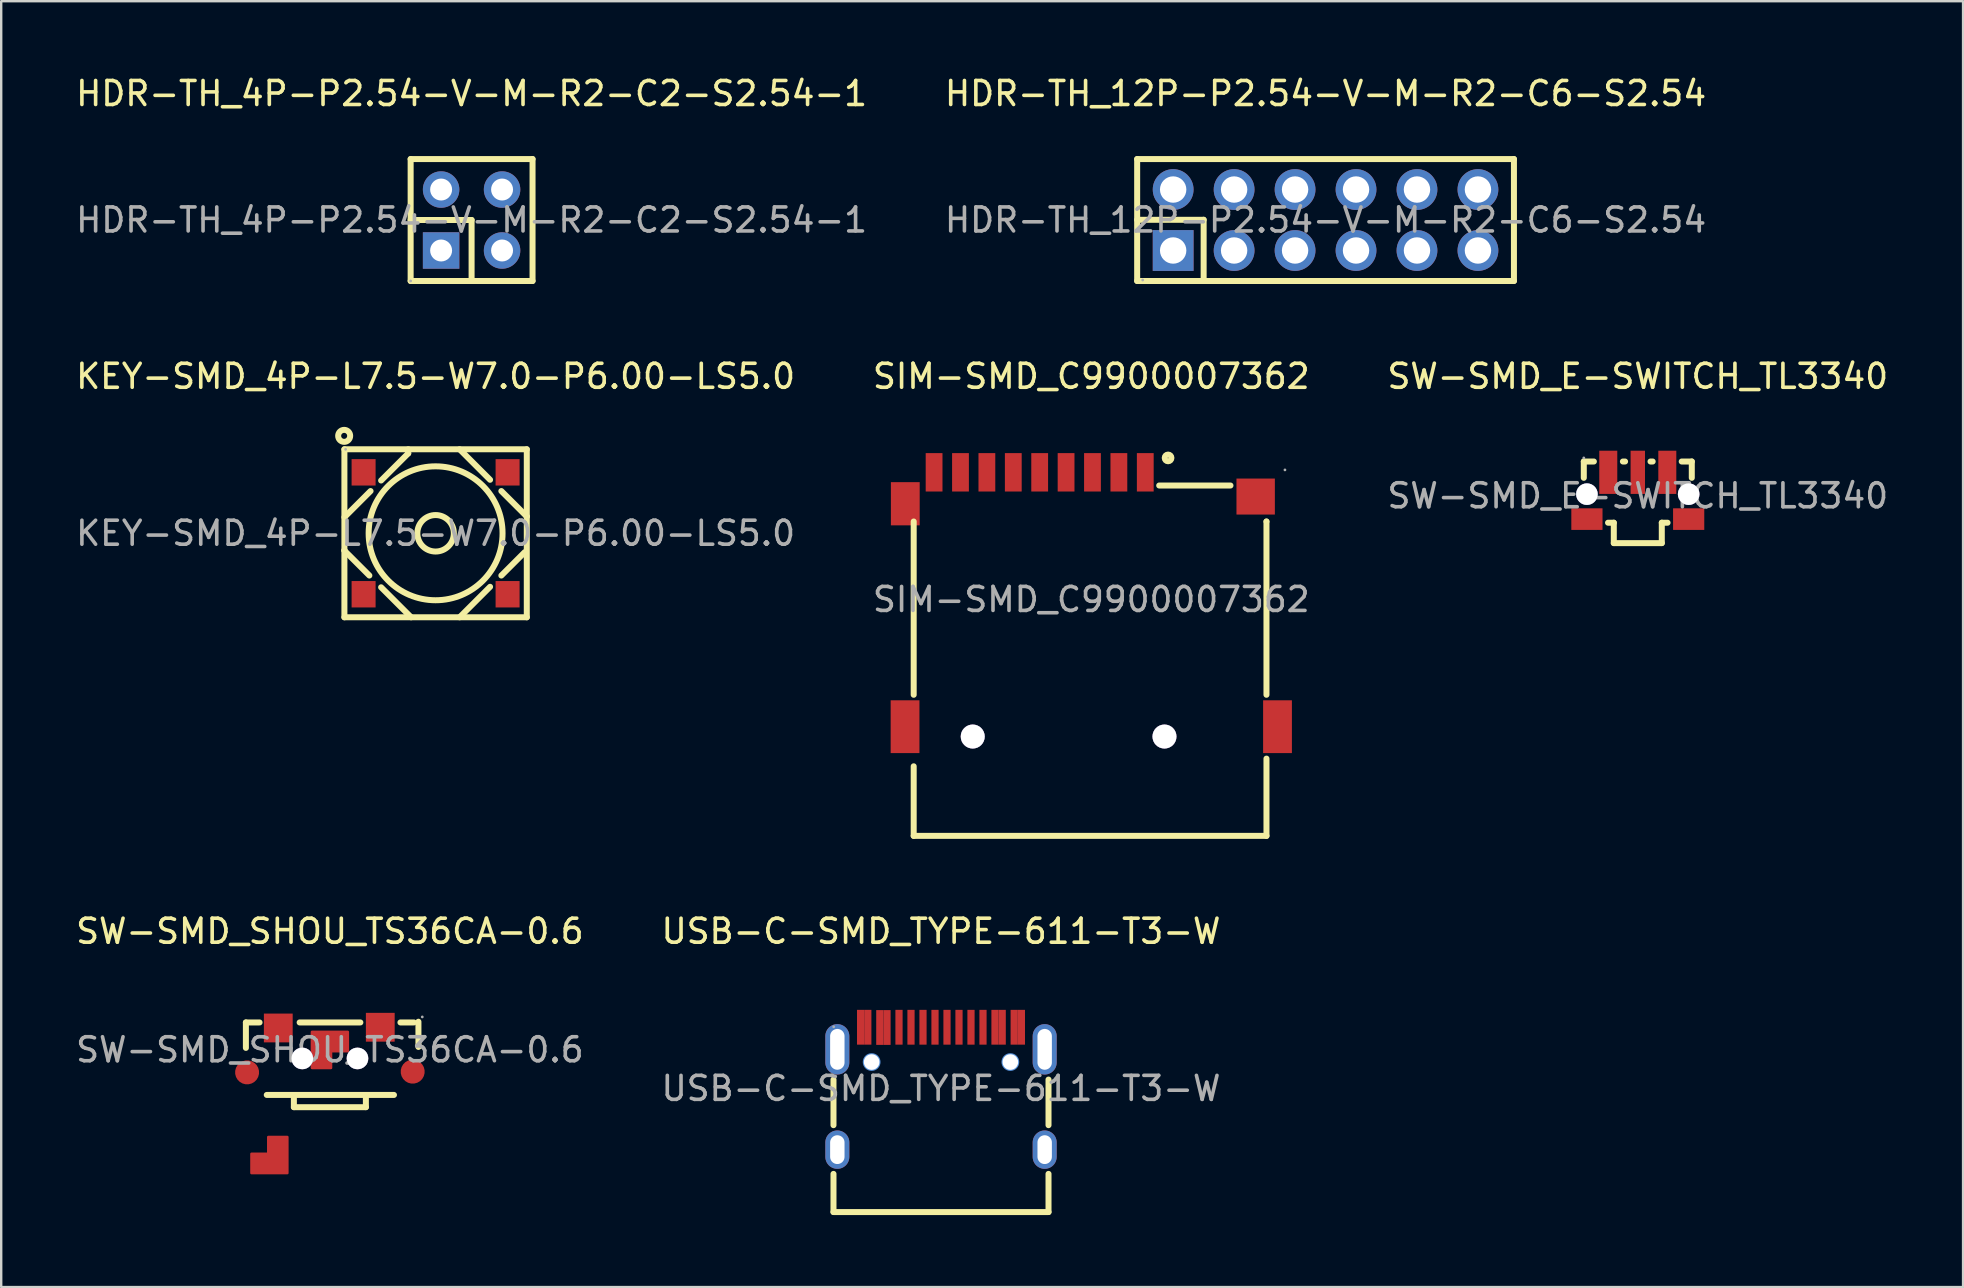
<source format=kicad_pcb>
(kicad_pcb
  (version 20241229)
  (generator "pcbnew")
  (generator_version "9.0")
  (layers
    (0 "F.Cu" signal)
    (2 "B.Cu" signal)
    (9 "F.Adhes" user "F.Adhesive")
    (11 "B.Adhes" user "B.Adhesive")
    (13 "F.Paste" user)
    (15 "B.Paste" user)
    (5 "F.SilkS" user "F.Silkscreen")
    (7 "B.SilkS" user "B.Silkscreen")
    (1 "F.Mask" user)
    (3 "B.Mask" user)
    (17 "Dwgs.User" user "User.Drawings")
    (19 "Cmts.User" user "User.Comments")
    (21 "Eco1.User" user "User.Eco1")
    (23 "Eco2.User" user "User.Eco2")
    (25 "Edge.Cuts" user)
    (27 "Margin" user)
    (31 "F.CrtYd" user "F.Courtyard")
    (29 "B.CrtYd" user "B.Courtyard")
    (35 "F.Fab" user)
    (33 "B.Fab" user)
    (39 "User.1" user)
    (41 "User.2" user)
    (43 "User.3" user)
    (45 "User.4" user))
  (footprint "KEY-SMD_4P-L7.5-W7.0-P6.00-LS5.0"
    (layer "F.Cu")
    (at 15.101 19.172)
    (property "Reference" "KEY-SMD_4P-L7.5-W7.0-P6.00-LS5.0" (at 0 -6.54 0) (layer "F.SilkS") (effects (font (size 1 1) (thickness 0.15))))
    (attr smd)
    (fp_line (start -3.8 -3.5) (end 3.8 -3.5) (stroke (width 0.25) (type solid)) (layer "F.SilkS"))
    (fp_line (start -3.8 0.7) (end -3.8 0.72) (stroke (width 0.25) (type solid)) (layer "F.SilkS"))
    (fp_line (start -3.8 0.72) (end -2.76 1.76) (stroke (width 0.25) (type solid)) (layer "F.SilkS"))
    (fp_line (start -3.8 3.5) (end -3.8 -3.5) (stroke (width 0.25) (type solid)) (layer "F.SilkS"))
    (fp_line (start -2.71 -1.76) (end -3.8 -0.67) (stroke (width 0.25) (type solid)) (layer "F.SilkS"))
    (fp_line (start -2.27 2.25) (end -1.02 3.5) (stroke (width 0.25) (type solid)) (layer "F.SilkS"))
    (fp_line (start -1.14 -3.5) (end -1.14 -3.33) (stroke (width 0.25) (type solid)) (layer "F.SilkS"))
    (fp_line (start -1.14 -3.33) (end -2.27 -2.2) (stroke (width 0.25) (type solid)) (layer "F.SilkS"))
    (fp_line (start 1 3.5) (end 2.27 2.23) (stroke (width 0.25) (type solid)) (layer "F.SilkS"))
    (fp_line (start 2.27 -2.23) (end 1 -3.5) (stroke (width 0.25) (type solid)) (layer "F.SilkS"))
    (fp_line (start 2.74 1.76) (end 3.71 0.79) (stroke (width 0.25) (type solid)) (layer "F.SilkS"))
    (fp_line (start 3.8 -3.5) (end 3.8 3.5) (stroke (width 0.25) (type solid)) (layer "F.SilkS"))
    (fp_line (start 3.8 -0.7) (end 2.74 -1.76) (stroke (width 0.25) (type solid)) (layer "F.SilkS"))
    (fp_line (start 3.8 -0.7) (end 3.8 -0.7) (stroke (width 0.25) (type solid)) (layer "F.SilkS"))
    (fp_line (start 3.8 3.5) (end -3.8 3.5) (stroke (width 0.25) (type solid)) (layer "F.SilkS"))
    (fp_circle (center -3.81 -4.06) (end -3.56 -4.06) (stroke (width 0.25) (type solid)) (fill no) (layer "F.SilkS"))
    (fp_circle (center 0 0) (end 0.76 0) (stroke (width 0.25) (type solid)) (fill no) (layer "F.SilkS"))
    (fp_circle (center 0 0) (end 2.79 0) (stroke (width 0.25) (type solid)) (fill no) (layer "F.SilkS"))
    (fp_circle (center -3.75 -3.5) (end -3.72 -3.5) (stroke (width 0.06) (type solid)) (fill no) (layer "F.Fab"))
    (fp_text user "${REFERENCE}" (at 0 0 0) (layer "F.Fab") (effects (font (size 1 1) (thickness 0.15))))
    (pad "1" smd rect (at -3 -2.54) (size 1 1.1) (layers "F.Cu" "F.Mask" "F.Paste"))
    (pad "2" smd rect (at -3 2.54) (size 1 1.1) (layers "F.Cu" "F.Mask" "F.Paste"))
    (pad "3" smd rect (at 3 -2.54) (size 1 1.1) (layers "F.Cu" "F.Mask" "F.Paste"))
    (pad "4" smd rect (at 3 2.54) (size 1 1.1) (layers "F.Cu" "F.Mask" "F.Paste")))
  (footprint "HDR-TH_4P-P2.54-V-M-R2-C2-S2.54-1"
    (layer "F.Cu")
    (at 16.601 6.118)
    (property "Reference" "HDR-TH_4P-P2.54-V-M-R2-C2-S2.54-1" (at 0 -5.27 0) (layer "F.SilkS") (effects (font (size 1 1) (thickness 0.15))))
    (attr through_hole)
    (fp_line (start -2.54 -2.54) (end 2.54 -2.54) (stroke (width 0.25) (type solid)) (layer "F.SilkS"))
    (fp_line (start -2.54 0) (end 0 0) (stroke (width 0.25) (type solid)) (layer "F.SilkS"))
    (fp_line (start -2.54 2.54) (end -2.54 -2.54) (stroke (width 0.25) (type solid)) (layer "F.SilkS"))
    (fp_line (start 0 0) (end 0 2.54) (stroke (width 0.25) (type solid)) (layer "F.SilkS"))
    (fp_line (start 2.54 -2.54) (end 2.54 2.54) (stroke (width 0.25) (type solid)) (layer "F.SilkS"))
    (fp_line (start 2.54 2.54) (end -2.54 2.54) (stroke (width 0.25) (type solid)) (layer "F.SilkS"))
    (fp_circle (center -2.54 2.54) (end -2.51 2.54) (stroke (width 0.06) (type solid)) (fill no) (layer "F.Fab"))
    (fp_text user "${REFERENCE}" (at 0 0 0) (layer "F.Fab") (effects (font (size 1 1) (thickness 0.15))))
    (pad "1" thru_hole rect (at -1.27 1.27) (size 1.52 1.52) (drill 0.914) (layers "*.Cu" "*.Mask"))
    (pad "2" thru_hole circle (at -1.27 -1.27) (size 1.52 1.52) (drill 0.914) (layers "*.Cu" "*.Mask"))
    (pad "3" thru_hole circle (at 1.27 1.27) (size 1.52 1.52) (drill 0.914) (layers "*.Cu" "*.Mask"))
    (pad "4" thru_hole circle (at 1.27 -1.27) (size 1.52 1.52) (drill 0.914) (layers "*.Cu" "*.Mask")))
  (footprint "SIM-SMD_C9900007362"
    (layer "F.Cu")
    (at 42.423 21.931)
    (property "Reference" "SIM-SMD_C9900007362" (at 0 -9.3 0) (layer "F.SilkS") (effects (font (size 1 1) (thickness 0.15))))
    (attr smd)
    (fp_line (start -7.4 3.97) (end -7.4 -3.25) (stroke (width 0.25) (type solid)) (layer "F.SilkS"))
    (fp_line (start -7.4 9.85) (end -7.4 6.95) (stroke (width 0.25) (type solid)) (layer "F.SilkS"))
    (fp_line (start 2.83 -4.75) (end 5.8 -4.75) (stroke (width 0.25) (type solid)) (layer "F.SilkS"))
    (fp_line (start 7.3 -3.25) (end 7.3 -3.25) (stroke (width 0.25) (type solid)) (layer "F.SilkS"))
    (fp_line (start 7.3 -3.25) (end 7.3 3.97) (stroke (width 0.25) (type solid)) (layer "F.SilkS"))
    (fp_line (start 7.3 6.63) (end 7.3 9.85) (stroke (width 0.25) (type solid)) (layer "F.SilkS"))
    (fp_line (start 7.3 9.85) (end -7.4 9.85) (stroke (width 0.25) (type solid)) (layer "F.SilkS"))
    (fp_circle (center 3.2 -5.9) (end 3.34 -5.9) (stroke (width 0.25) (type solid)) (fill no) (layer "F.SilkS"))
    (fp_circle (center -4.94 5.71) (end -4.74 5.71) (stroke (width 0.4) (type solid)) (fill no) (layer "Cmts.User"))
    (fp_circle (center 3.05 5.71) (end 3.25 5.71) (stroke (width 0.4) (type solid)) (fill no) (layer "Cmts.User"))
    (fp_circle (center 8.07 -5.4) (end 8.1 -5.4) (stroke (width 0.06) (type solid)) (fill no) (layer "F.Fab"))
    (fp_text user "${REFERENCE}" (at 0 0 0) (layer "F.Fab") (effects (font (size 1 1) (thickness 0.15))))
    (pad "" thru_hole circle (at -4.94 5.71) (size 1 1) (drill 1) (layers "*.Cu" "*.Mask"))
    (pad "" thru_hole circle (at 3.05 5.71) (size 1 1) (drill 1) (layers "*.Cu" "*.Mask"))
    (pad "1" smd rect (at 2.25 -5.3) (size 0.7 1.6) (layers "F.Cu" "F.Mask" "F.Paste"))
    (pad "2" smd rect (at 1.15 -5.3) (size 0.7 1.6) (layers "F.Cu" "F.Mask" "F.Paste"))
    (pad "3" smd rect (at 0.05 -5.3) (size 0.7 1.6) (layers "F.Cu" "F.Mask" "F.Paste"))
    (pad "4" smd rect (at -1.05 -5.3) (size 0.7 1.6) (layers "F.Cu" "F.Mask" "F.Paste"))
    (pad "5" smd rect (at -2.15 -5.3) (size 0.7 1.6) (layers "F.Cu" "F.Mask" "F.Paste"))
    (pad "6" smd rect (at -3.25 -5.3) (size 0.7 1.6) (layers "F.Cu" "F.Mask" "F.Paste"))
    (pad "7" smd rect (at -4.35 -5.3) (size 0.7 1.6) (layers "F.Cu" "F.Mask" "F.Paste"))
    (pad "8" smd rect (at -5.45 -5.3) (size 0.7 1.6) (layers "F.Cu" "F.Mask" "F.Paste"))
    (pad "CD" smd rect (at -6.55 -5.3) (size 0.7 1.6) (layers "F.Cu" "F.Mask" "F.Paste"))
    (pad "G" smd rect (at -7.76 5.3) (size 1.2 2.2) (layers "F.Cu" "F.Mask" "F.Paste"))
    (pad "G" smd rect (at -7.75 -3.99) (size 1.2 1.8) (layers "F.Cu" "F.Mask" "F.Paste"))
    (pad "G" smd rect (at 6.85 -4.29) (size 1.6 1.5) (layers "F.Cu" "F.Mask" "F.Paste"))
    (pad "G" smd rect (at 7.76 5.3) (size 1.2 2.2) (layers "F.Cu" "F.Mask" "F.Paste")))
  (footprint "SW-SMD_E-SWITCH_TL3340"
    (layer "F.Cu")
    (at 65.196 17.611)
    (property "Reference" "SW-SMD_E-SWITCH_TL3340" (at 0 -4.98 0) (layer "F.SilkS") (effects (font (size 1 1) (thickness 0.15))))
    (attr smd)
    (fp_line (start -2.25 -1.43) (end -2.25 -0.75) (stroke (width 0.25) (type solid)) (layer "F.SilkS"))
    (fp_line (start -2.25 -1.43) (end -1.83 -1.43) (stroke (width 0.25) (type solid)) (layer "F.SilkS"))
    (fp_line (start -1.24 1.12) (end -1 1.12) (stroke (width 0.25) (type solid)) (layer "F.SilkS"))
    (fp_line (start -1 1.12) (end -1 1.97) (stroke (width 0.25) (type solid)) (layer "F.SilkS"))
    (fp_line (start -1 1.97) (end 1 1.97) (stroke (width 0.25) (type solid)) (layer "F.SilkS"))
    (fp_line (start -0.62 -1.43) (end -0.53 -1.43) (stroke (width 0.25) (type solid)) (layer "F.SilkS"))
    (fp_line (start 0.53 -1.43) (end 0.62 -1.43) (stroke (width 0.25) (type solid)) (layer "F.SilkS"))
    (fp_line (start 1 1.12) (end 1.24 1.12) (stroke (width 0.25) (type solid)) (layer "F.SilkS"))
    (fp_line (start 1 1.97) (end 1 1.12) (stroke (width 0.25) (type solid)) (layer "F.SilkS"))
    (fp_line (start 1.83 -1.43) (end 2.25 -1.43) (stroke (width 0.25) (type solid)) (layer "F.SilkS"))
    (fp_line (start 2.25 -1.43) (end 2.25 -0.75) (stroke (width 0.25) (type solid)) (layer "F.SilkS"))
    (fp_circle (center -2.25 -1.58) (end -2.22 -1.58) (stroke (width 0.06) (type solid)) (fill no) (layer "F.Fab"))
    (fp_text user "${REFERENCE}" (at 0 0 0) (layer "F.Fab") (effects (font (size 1 1) (thickness 0.15))))
    (pad "" thru_hole circle (at -2.12 -0.07) (size 0.9 0.9) (drill 0.9) (layers "*.Cu" "*.Mask"))
    (pad "" thru_hole circle (at 2.12 -0.07) (size 0.9 0.9) (drill 0.9) (layers "*.Cu" "*.Mask"))
    (pad "1" smd rect (at -1.23 -0.98) (size 0.75 1.8) (layers "F.Cu" "F.Mask" "F.Paste"))
    (pad "2" smd rect (at 0 -0.98) (size 0.6 1.8) (layers "F.Cu" "F.Mask" "F.Paste"))
    (pad "3" smd rect (at 1.23 -0.98) (size 0.75 1.8) (layers "F.Cu" "F.Mask" "F.Paste"))
    (pad "4" smd rect (at 2.12 0.97 90) (size 0.9 1.3) (layers "F.Cu" "F.Mask" "F.Paste"))
    (pad "5" smd rect (at -2.12 0.97 90) (size 0.9 1.3) (layers "F.Cu" "F.Mask" "F.Paste")))
  (footprint "HDR-TH_12P-P2.54-V-M-R2-C6-S2.54"
    (layer "F.Cu")
    (at 52.185 6.118)
    (property "Reference" "HDR-TH_12P-P2.54-V-M-R2-C6-S2.54" (at 0 -5.27 0) (layer "F.SilkS") (effects (font (size 1 1) (thickness 0.15))))
    (attr through_hole)
    (fp_line (start -7.85 -2.54) (end -7.85 2.54) (stroke (width 0.25) (type solid)) (layer "F.SilkS"))
    (fp_line (start -7.85 -2.54) (end 7.85 -2.54) (stroke (width 0.25) (type solid)) (layer "F.SilkS"))
    (fp_line (start -7.85 -0.01) (end -5.08 -0.01) (stroke (width 0.25) (type solid)) (layer "F.SilkS"))
    (fp_line (start -7.85 2.54) (end 7.85 2.54) (stroke (width 0.25) (type solid)) (layer "F.SilkS"))
    (fp_line (start -5.08 -0.01) (end -5.08 2.54) (stroke (width 0.25) (type solid)) (layer "F.SilkS"))
    (fp_line (start 7.85 -2.54) (end 7.85 2.54) (stroke (width 0.25) (type solid)) (layer "F.SilkS"))
    (fp_circle (center -7.62 2.5) (end -7.59 2.5) (stroke (width 0.06) (type solid)) (fill no) (layer "F.Fab"))
    (fp_text user "${REFERENCE}" (at 0 0 0) (layer "F.Fab") (effects (font (size 1 1) (thickness 0.15))))
    (pad "1" thru_hole rect (at -6.35 1.27) (size 1.7 1.7) (drill 1.1) (layers "*.Cu" "*.Mask"))
    (pad "2" thru_hole circle (at -6.35 -1.27) (size 1.7 1.7) (drill 1.1) (layers "*.Cu" "*.Mask"))
    (pad "3" thru_hole circle (at -3.81 1.27) (size 1.7 1.7) (drill 1.1) (layers "*.Cu" "*.Mask"))
    (pad "4" thru_hole circle (at -3.81 -1.27) (size 1.7 1.7) (drill 1.1) (layers "*.Cu" "*.Mask"))
    (pad "5" thru_hole circle (at -1.27 1.27) (size 1.7 1.7) (drill 1.1) (layers "*.Cu" "*.Mask"))
    (pad "6" thru_hole circle (at -1.27 -1.27) (size 1.7 1.7) (drill 1.1) (layers "*.Cu" "*.Mask"))
    (pad "7" thru_hole circle (at 1.27 1.27) (size 1.7 1.7) (drill 1.1) (layers "*.Cu" "*.Mask"))
    (pad "8" thru_hole circle (at 1.27 -1.27) (size 1.7 1.7) (drill 1.1) (layers "*.Cu" "*.Mask"))
    (pad "9" thru_hole circle (at 3.81 1.27) (size 1.7 1.7) (drill 1.1) (layers "*.Cu" "*.Mask"))
    (pad "10" thru_hole circle (at 3.81 -1.27) (size 1.7 1.7) (drill 1.1) (layers "*.Cu" "*.Mask"))
    (pad "11" thru_hole circle (at 6.35 1.27) (size 1.7 1.7) (drill 1.1) (layers "*.Cu" "*.Mask"))
    (pad "12" thru_hole circle (at 6.35 -1.27) (size 1.7 1.7) (drill 1.1) (layers "*.Cu" "*.Mask")))
  (footprint "SW-SMD_SHOU_TS36CA-0.6"
    (layer "F.Cu")
    (at 10.696 40.695)
    (property "Reference" "SW-SMD_SHOU_TS36CA-0.6" (at 0 -4.94 0) (layer "F.SilkS") (effects (font (size 1 1) (thickness 0.15))))
    (attr smd)
    (fp_line (start -3.5 -1.14) (end -3.5 -0.08) (stroke (width 0.25) (type solid)) (layer "F.SilkS"))
    (fp_line (start -3.5 -1.14) (end -2.93 -1.14) (stroke (width 0.25) (type solid)) (layer "F.SilkS"))
    (fp_line (start -1.5 2.39) (end -1.5 1.91) (stroke (width 0.25) (type solid)) (layer "F.SilkS"))
    (fp_line (start -1.26 -1.14) (end 1.27 -1.14) (stroke (width 0.25) (type solid)) (layer "F.SilkS"))
    (fp_line (start 1.5 2.39) (end -1.5 2.39) (stroke (width 0.25) (type solid)) (layer "F.SilkS"))
    (fp_line (start 1.5 2.39) (end 1.5 1.91) (stroke (width 0.25) (type solid)) (layer "F.SilkS"))
    (fp_line (start 2.67 1.88) (end -2.63 1.88) (stroke (width 0.25) (type solid)) (layer "F.SilkS"))
    (fp_line (start 2.94 -1.14) (end 3.5 -1.14) (stroke (width 0.25) (type solid)) (layer "F.SilkS"))
    (fp_line (start 3.69 -1.17) (end 3.69 -0.12) (stroke (width 0.25) (type solid)) (layer "F.SilkS"))
    (fp_circle (center -1.15 0.36) (end -0.97 0.36) (stroke (width 0.35) (type solid)) (fill no) (layer "Cmts.User"))
    (fp_circle (center 1.15 0.36) (end 1.33 0.36) (stroke (width 0.35) (type solid)) (fill no) (layer "Cmts.User"))
    (fp_circle (center 3.85 -1.37) (end 3.88 -1.37) (stroke (width 0.06) (type solid)) (fill no) (layer "F.Fab"))
    (fp_text user "${REFERENCE}" (at 0 0 0) (layer "F.Fab") (effects (font (size 1 1) (thickness 0.15))))
    (pad "" thru_hole circle (at -1.15 0.36) (size 0.9 0.9) (drill 0.9) (layers "*.Cu" "*.Mask"))
    (pad "" thru_hole circle (at 1.15 0.36) (size 0.9 0.9) (drill 0.9) (layers "*.Cu" "*.Mask"))
    (pad "1" smd rect (at 2.1 -0.94 180) (size 1.2 1.2) (layers "F.Cu" "F.Mask" "F.Paste"))
    (pad "2" smd rect (at -2.15 -0.91 180) (size 1.2 1.2) (layers "F.Cu" "F.Mask" "F.Paste"))
    (pad "3" smd custom (at -3.45 0.94 90) (size 1 1) (layers "F.Cu" "F.Mask" "F.Paste") (options (anchor circle)) (primitives (gr_poly (pts (xy -4.2 1.68) (xy -4.2 0.18) (xy -3.39 0.18) (xy -3.39 0.88) (xy -2.69 0.88) (xy -2.69 1.68)) (width 0.1) (fill yes))))
    (pad "4" smd custom (at 3.45 0.91 180) (size 1 1) (layers "F.Cu" "F.Mask" "F.Paste") (options (anchor circle)) (primitives (gr_poly (pts (xy 4.2 1.66) (xy 2.7 1.66) (xy 2.7 0.85) (xy 3.4 0.85) (xy 3.4 0.15) (xy 4.2 0.15)) (width 0.1) (fill yes)))))
  (footprint "USB-C-SMD_TYPE-611-T3-W"
    (layer "F.Cu")
    (at 36.161 42.305)
    (property "Reference" "USB-C-SMD_TYPE-611-T3-W" (at 0 -6.55 0) (layer "F.SilkS") (effects (font (size 1 1) (thickness 0.15))))
    (attr smd)
    (fp_line (start -4.48 1.53) (end -4.48 -0.37) (stroke (width 0.25) (type solid)) (layer "F.SilkS"))
    (fp_line (start -4.48 5.15) (end -4.48 3.56) (stroke (width 0.25) (type solid)) (layer "F.SilkS"))
    (fp_line (start 4.48 1.53) (end 4.48 -0.37) (stroke (width 0.25) (type solid)) (layer "F.SilkS"))
    (fp_line (start 4.48 5.15) (end -4.48 5.15) (stroke (width 0.25) (type solid)) (layer "F.SilkS"))
    (fp_line (start 4.48 5.15) (end 4.48 3.56) (stroke (width 0.25) (type solid)) (layer "F.SilkS"))
    (fp_circle (center -2.89 -1.1) (end -2.77 -1.1) (stroke (width 0.25) (type solid)) (fill no) (layer "Cmts.User"))
    (fp_circle (center 2.89 -1.1) (end 3.01 -1.1) (stroke (width 0.25) (type solid)) (fill no) (layer "Cmts.User"))
    (fp_circle (center -4.47 -2.57) (end -4.44 -2.57) (stroke (width 0.06) (type solid)) (fill no) (layer "F.Fab"))
    (fp_text user "${REFERENCE}" (at 0 0 0) (layer "F.Fab") (effects (font (size 1 1) (thickness 0.15))))
    (pad "" thru_hole circle (at -2.89 -1.1) (size 0.65 0.65) (drill 0.65) (layers "*.Cu" "*.Mask"))
    (pad "" thru_hole circle (at 2.89 -1.1) (size 0.65 0.65) (drill 0.65) (layers "*.Cu" "*.Mask"))
    (pad "17" thru_hole oval (at 4.32 -1.63) (size 1 2.1) (drill oval 0.6 1.7) (layers "*.Cu" "*.Mask"))
    (pad "18" thru_hole oval (at 4.32 2.55) (size 1 1.6) (drill oval 0.6 1.2) (layers "*.Cu" "*.Mask"))
    (pad "19" thru_hole oval (at -4.32 2.55) (size 1 1.6) (drill oval 0.6 1.2) (layers "*.Cu" "*.Mask"))
    (pad "20" thru_hole oval (at -4.32 -1.63) (size 1 2.1) (drill oval 0.6 1.7) (layers "*.Cu" "*.Mask"))
    (pad "A1" smd rect (at -3.35 -2.55) (size 0.3 1.45) (layers "F.Cu" "F.Mask" "F.Paste"))
    (pad "A4" smd rect (at -2.55 -2.54) (size 0.3 1.45) (layers "F.Cu" "F.Mask" "F.Paste"))
    (pad "A5" smd rect (at -1.25 -2.55) (size 0.3 1.45) (layers "F.Cu" "F.Mask" "F.Paste"))
    (pad "A6" smd rect (at -0.25 -2.55) (size 0.3 1.45) (layers "F.Cu" "F.Mask" "F.Paste"))
    (pad "A7" smd rect (at 0.25 -2.55) (size 0.3 1.45) (layers "F.Cu" "F.Mask" "F.Paste"))
    (pad "A8" smd rect (at 1.25 -2.55) (size 0.3 1.45) (layers "F.Cu" "F.Mask" "F.Paste"))
    (pad "A9" smd rect (at 2.55 -2.55) (size 0.3 1.45) (layers "F.Cu" "F.Mask" "F.Paste"))
    (pad "A12" smd rect (at 3.35 -2.55) (size 0.3 1.45) (layers "F.Cu" "F.Mask" "F.Paste"))
    (pad "B1" smd rect (at 3.05 -2.55) (size 0.3 1.45) (layers "F.Cu" "F.Mask" "F.Paste"))
    (pad "B4" smd rect (at 2.25 -2.55) (size 0.3 1.45) (layers "F.Cu" "F.Mask" "F.Paste"))
    (pad "B5" smd rect (at 1.75 -2.55) (size 0.3 1.45) (layers "F.Cu" "F.Mask" "F.Paste"))
    (pad "B6" smd rect (at 0.75 -2.55) (size 0.3 1.45) (layers "F.Cu" "F.Mask" "F.Paste"))
    (pad "B7" smd rect (at -0.75 -2.55) (size 0.3 1.45) (layers "F.Cu" "F.Mask" "F.Paste"))
    (pad "B8" smd rect (at -1.75 -2.55) (size 0.3 1.45) (layers "F.Cu" "F.Mask" "F.Paste"))
    (pad "B9" smd rect (at -2.25 -2.54) (size 0.3 1.45) (layers "F.Cu" "F.Mask" "F.Paste"))
    (pad "B12" smd rect (at -3.05 -2.55) (size 0.3 1.45) (layers "F.Cu" "F.Mask" "F.Paste")))
  (gr_rect
    (start -3 -3)
    (end 78.75 50.58)
    (stroke (width 0.1) (type default))
    (fill no)
    (layer "Edge.Cuts")))
</source>
